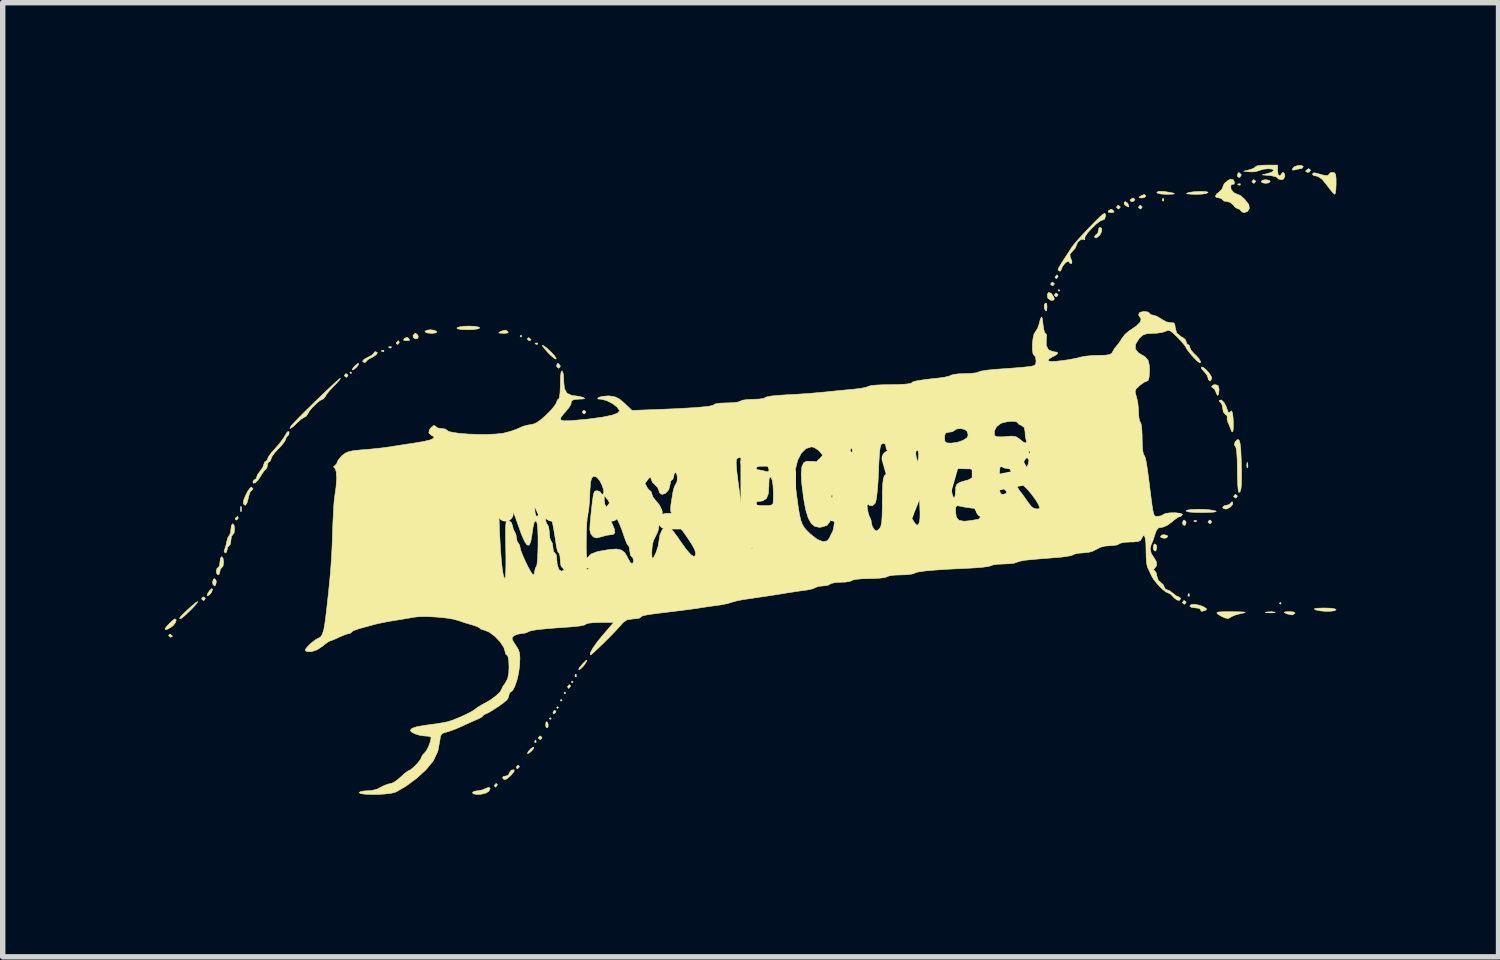
<source format=kicad_pcb>
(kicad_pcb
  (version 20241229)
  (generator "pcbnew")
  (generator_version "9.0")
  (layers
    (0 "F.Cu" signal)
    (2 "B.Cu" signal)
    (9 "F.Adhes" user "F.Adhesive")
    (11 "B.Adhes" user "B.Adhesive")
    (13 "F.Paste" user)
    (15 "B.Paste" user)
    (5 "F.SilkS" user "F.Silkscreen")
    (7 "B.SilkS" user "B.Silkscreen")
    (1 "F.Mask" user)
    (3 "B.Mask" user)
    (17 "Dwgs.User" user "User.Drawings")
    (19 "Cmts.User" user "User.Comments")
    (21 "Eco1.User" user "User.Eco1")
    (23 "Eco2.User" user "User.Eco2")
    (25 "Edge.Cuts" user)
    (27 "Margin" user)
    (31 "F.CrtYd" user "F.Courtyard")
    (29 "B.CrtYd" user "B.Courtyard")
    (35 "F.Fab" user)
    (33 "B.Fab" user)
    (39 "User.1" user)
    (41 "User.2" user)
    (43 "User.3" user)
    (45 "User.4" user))
  (footprint "max_power"
    (layer "F.Cu")
    (at 10.842 5.762)
    (property "Reference" "max_power" (at 0 0 0) (layer "F.SilkS") (effects (font (size 1.524 1.524) (thickness 0.3))))
    (attr through_hole)
    (fp_poly (pts (xy -7.383 -1.913) (xy -7.4 -1.897) (xy -7.417 -1.913) (xy -7.4 -1.93) (xy -7.383 -1.913)) (stroke (width 0.01) (type solid)) (fill yes) (layer "F.SilkS"))
    (fp_poly (pts (xy -4.233 -2.591) (xy -4.25 -2.574) (xy -4.267 -2.591) (xy -4.25 -2.608) (xy -4.233 -2.591)) (stroke (width 0.01) (type solid)) (fill yes) (layer "F.SilkS"))
    (fp_poly (pts (xy -3.691 4.487) (xy -3.708 4.504) (xy -3.725 4.487) (xy -3.708 4.47) (xy -3.691 4.487)) (stroke (width 0.01) (type solid)) (fill yes) (layer "F.SilkS"))
    (fp_poly (pts (xy -3.556 4.284) (xy -3.573 4.301) (xy -3.59 4.284) (xy -3.573 4.267) (xy -3.556 4.284)) (stroke (width 0.01) (type solid)) (fill yes) (layer "F.SilkS"))
    (fp_poly (pts (xy -3.488 4.149) (xy -3.505 4.166) (xy -3.522 4.149) (xy -3.505 4.132) (xy -3.488 4.149)) (stroke (width 0.01) (type solid)) (fill yes) (layer "F.SilkS"))
    (fp_poly (pts (xy -3.421 4.013) (xy -3.437 4.03) (xy -3.454 4.013) (xy -3.437 3.996) (xy -3.421 4.013)) (stroke (width 0.01) (type solid)) (fill yes) (layer "F.SilkS"))
    (fp_poly (pts (xy -3.285 3.81) (xy -3.302 3.827) (xy -3.319 3.81) (xy -3.302 3.793) (xy -3.285 3.81)) (stroke (width 0.01) (type solid)) (fill yes) (layer "F.SilkS"))
    (fp_poly (pts (xy 5.723 -3.437) (xy 5.707 -3.421) (xy 5.69 -3.437) (xy 5.707 -3.454) (xy 5.723 -3.437)) (stroke (width 0.01) (type solid)) (fill yes) (layer "F.SilkS"))
    (fp_poly (pts (xy 9.821 2.354) (xy 9.804 2.371) (xy 9.787 2.354) (xy 9.804 2.337) (xy 9.821 2.354)) (stroke (width 0.01) (type solid)) (fill yes) (layer "F.SilkS"))
    (fp_poly (pts (xy -9.426 0.567) (xy -9.422 0.637) (xy -9.426 0.652) (xy -9.439 0.656) (xy -9.443 0.61) (xy -9.438 0.562) (xy -9.426 0.567)) (stroke (width 0.01) (type solid)) (fill yes) (layer "F.SilkS"))
    (fp_poly (pts (xy -6.785 -2.326) (xy -6.789 -2.305) (xy -6.807 -2.303) (xy -6.835 -2.315) (xy -6.83 -2.326) (xy -6.79 -2.33) (xy -6.785 -2.326)) (stroke (width 0.01) (type solid)) (fill yes) (layer "F.SilkS"))
    (fp_poly (pts (xy -6.649 -2.393) (xy -6.654 -2.373) (xy -6.672 -2.371) (xy -6.7 -2.383) (xy -6.694 -2.393) (xy -6.654 -2.397) (xy -6.649 -2.393)) (stroke (width 0.01) (type solid)) (fill yes) (layer "F.SilkS"))
    (fp_poly (pts (xy -3.974 4.888) (xy -3.97 4.928) (xy -3.974 4.933) (xy -3.994 4.929) (xy -3.996 4.911) (xy -3.984 4.883) (xy -3.974 4.888)) (stroke (width 0.01) (type solid)) (fill yes) (layer "F.SilkS"))
    (fp_poly (pts (xy -3.94 -2.461) (xy -3.944 -2.441) (xy -3.962 -2.438) (xy -3.99 -2.451) (xy -3.985 -2.461) (xy -3.945 -2.465) (xy -3.94 -2.461)) (stroke (width 0.01) (type solid)) (fill yes) (layer "F.SilkS"))
    (fp_poly (pts (xy -3.229 3.669) (xy -3.225 3.709) (xy -3.229 3.714) (xy -3.249 3.709) (xy -3.251 3.691) (xy -3.239 3.664) (xy -3.229 3.669)) (stroke (width 0.01) (type solid)) (fill yes) (layer "F.SilkS"))
    (fp_poly (pts (xy 7.643 -5.136) (xy 7.647 -5.096) (xy 7.643 -5.091) (xy 7.622 -5.096) (xy 7.62 -5.114) (xy 7.632 -5.142) (xy 7.643 -5.136)) (stroke (width 0.01) (type solid)) (fill yes) (layer "F.SilkS"))
    (fp_poly (pts (xy 8.117 2.179) (xy 8.121 2.219) (xy 8.117 2.224) (xy 8.097 2.219) (xy 8.094 2.201) (xy 8.107 2.173) (xy 8.117 2.179)) (stroke (width 0.01) (type solid)) (fill yes) (layer "F.SilkS"))
    (fp_poly (pts (xy 8.252 0.824) (xy 8.248 0.844) (xy 8.23 0.847) (xy 8.202 0.834) (xy 8.207 0.824) (xy 8.247 0.82) (xy 8.252 0.824)) (stroke (width 0.01) (type solid)) (fill yes) (layer "F.SilkS"))
    (fp_poly (pts (xy 9.065 -5.407) (xy 9.06 -5.387) (xy 9.042 -5.385) (xy 9.015 -5.397) (xy 9.02 -5.407) (xy 9.06 -5.411) (xy 9.065 -5.407)) (stroke (width 0.01) (type solid)) (fill yes) (layer "F.SilkS"))
    (fp_poly (pts (xy 9.2 -0.246) (xy 9.205 -0.176) (xy 9.2 -0.161) (xy 9.188 -0.157) (xy 9.183 -0.203) (xy 9.189 -0.251) (xy 9.2 -0.246)) (stroke (width 0.01) (type solid)) (fill yes) (layer "F.SilkS"))
    (fp_poly (pts (xy -3.765 4.551) (xy -3.747 4.588) (xy -3.748 4.642) (xy -3.761 4.658) (xy -3.786 4.646) (xy -3.793 4.608) (xy -3.786 4.547) (xy -3.765 4.551)) (stroke (width 0.01) (type solid)) (fill yes) (layer "F.SilkS"))
    (fp_poly (pts (xy -10.736 2.929) (xy -10.703 2.96) (xy -10.702 2.965) (xy -10.728 2.98) (xy -10.736 2.98) (xy -10.768 2.954) (xy -10.77 2.944) (xy -10.749 2.924) (xy -10.736 2.929)) (stroke (width 0.01) (type solid)) (fill yes) (layer "F.SilkS"))
    (fp_poly (pts (xy -10.093 2.261) (xy -10.092 2.269) (xy -10.118 2.302) (xy -10.126 2.303) (xy -10.159 2.277) (xy -10.16 2.269) (xy -10.134 2.236) (xy -10.126 2.235) (xy -10.093 2.261)) (stroke (width 0.01) (type solid)) (fill yes) (layer "F.SilkS"))
    (fp_poly (pts (xy -9.895 1.925) (xy -9.889 1.964) (xy -9.903 2.019) (xy -9.923 2.032) (xy -9.95 2.004) (xy -9.957 1.964) (xy -9.943 1.909) (xy -9.923 1.897) (xy -9.895 1.925)) (stroke (width 0.01) (type solid)) (fill yes) (layer "F.SilkS"))
    (fp_poly (pts (xy -9.483 0.771) (xy -9.483 0.779) (xy -9.509 0.811) (xy -9.519 0.813) (xy -9.539 0.792) (xy -9.533 0.779) (xy -9.503 0.747) (xy -9.498 0.745) (xy -9.483 0.771)) (stroke (width 0.01) (type solid)) (fill yes) (layer "F.SilkS"))
    (fp_poly (pts (xy -7.452 -1.871) (xy -7.451 -1.863) (xy -7.476 -1.83) (xy -7.485 -1.829) (xy -7.517 -1.855) (xy -7.518 -1.863) (xy -7.493 -1.896) (xy -7.485 -1.897) (xy -7.452 -1.871)) (stroke (width 0.01) (type solid)) (fill yes) (layer "F.SilkS"))
    (fp_poly (pts (xy -7.263 -2.053) (xy -7.302 -2.007) (xy -7.349 -1.971) (xy -7.369 -1.964) (xy -7.368 -1.985) (xy -7.332 -2.032) (xy -7.282 -2.077) (xy -7.255 -2.085) (xy -7.263 -2.053)) (stroke (width 0.01) (type solid)) (fill yes) (layer "F.SilkS"))
    (fp_poly (pts (xy -6.503 -2.48) (xy -6.502 -2.472) (xy -6.528 -2.44) (xy -6.538 -2.438) (xy -6.558 -2.459) (xy -6.553 -2.472) (xy -6.523 -2.505) (xy -6.517 -2.506) (xy -6.503 -2.48)) (stroke (width 0.01) (type solid)) (fill yes) (layer "F.SilkS"))
    (fp_poly (pts (xy -6.326 -2.547) (xy -6.31 -2.516) (xy -6.351 -2.506) (xy -6.367 -2.506) (xy -6.421 -2.513) (xy -6.415 -2.538) (xy -6.408 -2.547) (xy -6.361 -2.57) (xy -6.326 -2.547)) (stroke (width 0.01) (type solid)) (fill yes) (layer "F.SilkS"))
    (fp_poly (pts (xy -6.164 -2.615) (xy -6.151 -2.591) (xy -6.158 -2.55) (xy -6.2 -2.54) (xy -6.242 -2.562) (xy -6.248 -2.604) (xy -6.215 -2.639) (xy -6.199 -2.642) (xy -6.164 -2.615)) (stroke (width 0.01) (type solid)) (fill yes) (layer "F.SilkS"))
    (fp_poly (pts (xy -4.685 5.71) (xy -4.691 5.723) (xy -4.721 5.756) (xy -4.726 5.757) (xy -4.741 5.731) (xy -4.741 5.723) (xy -4.715 5.691) (xy -4.705 5.69) (xy -4.685 5.71)) (stroke (width 0.01) (type solid)) (fill yes) (layer "F.SilkS"))
    (fp_poly (pts (xy -4.279 5.372) (xy -4.284 5.385) (xy -4.315 5.417) (xy -4.32 5.419) (xy -4.335 5.392) (xy -4.335 5.385) (xy -4.309 5.352) (xy -4.299 5.351) (xy -4.279 5.372)) (stroke (width 0.01) (type solid)) (fill yes) (layer "F.SilkS"))
    (fp_poly (pts (xy -4.098 -2.557) (xy -4.066 -2.527) (xy -4.064 -2.521) (xy -4.09 -2.507) (xy -4.098 -2.506) (xy -4.13 -2.532) (xy -4.132 -2.542) (xy -4.111 -2.562) (xy -4.098 -2.557)) (stroke (width 0.01) (type solid)) (fill yes) (layer "F.SilkS"))
    (fp_poly (pts (xy -4.011 5.02) (xy -4.022 5.051) (xy -4.064 5.097) (xy -4.113 5.133) (xy -4.132 5.134) (xy -4.112 5.093) (xy -4.068 5.047) (xy -4.025 5.019) (xy -4.011 5.02)) (stroke (width 0.01) (type solid)) (fill yes) (layer "F.SilkS"))
    (fp_poly (pts (xy -3.862 4.835) (xy -3.861 4.843) (xy -3.887 4.876) (xy -3.895 4.877) (xy -3.928 4.851) (xy -3.929 4.843) (xy -3.903 4.81) (xy -3.895 4.809) (xy -3.862 4.835)) (stroke (width 0.01) (type solid)) (fill yes) (layer "F.SilkS"))
    (fp_poly (pts (xy -3.602 4.356) (xy -3.607 4.369) (xy -3.637 4.401) (xy -3.643 4.403) (xy -3.657 4.376) (xy -3.658 4.369) (xy -3.632 4.336) (xy -3.622 4.335) (xy -3.602 4.356)) (stroke (width 0.01) (type solid)) (fill yes) (layer "F.SilkS"))
    (fp_poly (pts (xy -3.556 -2.083) (xy -3.523 -2.04) (xy -3.522 -2.03) (xy -3.548 -1.999) (xy -3.556 -1.998) (xy -3.586 -2.026) (xy -3.59 -2.051) (xy -3.573 -2.086) (xy -3.556 -2.083)) (stroke (width 0.01) (type solid)) (fill yes) (layer "F.SilkS"))
    (fp_poly (pts (xy -3.331 3.882) (xy -3.336 3.895) (xy -3.366 3.927) (xy -3.372 3.929) (xy -3.386 3.902) (xy -3.387 3.895) (xy -3.361 3.862) (xy -3.351 3.861) (xy -3.331 3.882)) (stroke (width 0.01) (type solid)) (fill yes) (layer "F.SilkS"))
    (fp_poly (pts (xy -3.049 -1.193) (xy -3.048 -1.185) (xy -3.074 -1.152) (xy -3.082 -1.151) (xy -3.115 -1.177) (xy -3.116 -1.185) (xy -3.09 -1.218) (xy -3.082 -1.219) (xy -3.049 -1.193)) (stroke (width 0.01) (type solid)) (fill yes) (layer "F.SilkS"))
    (fp_poly (pts (xy 5.486 -3.142) (xy 5.486 -3.139) (xy 5.48 -3.064) (xy 5.463 -3.055) (xy 5.438 -3.104) (xy 5.437 -3.17) (xy 5.451 -3.196) (xy 5.478 -3.201) (xy 5.486 -3.142)) (stroke (width 0.01) (type solid)) (fill yes) (layer "F.SilkS"))
    (fp_poly (pts (xy 5.621 -3.564) (xy 5.622 -3.556) (xy 5.596 -3.523) (xy 5.588 -3.522) (xy 5.555 -3.548) (xy 5.554 -3.556) (xy 5.58 -3.589) (xy 5.588 -3.59) (xy 5.621 -3.564)) (stroke (width 0.01) (type solid)) (fill yes) (layer "F.SilkS"))
    (fp_poly (pts (xy 5.689 -3.361) (xy 5.69 -3.353) (xy 5.664 -3.32) (xy 5.656 -3.319) (xy 5.623 -3.345) (xy 5.622 -3.353) (xy 5.648 -3.386) (xy 5.656 -3.387) (xy 5.689 -3.361)) (stroke (width 0.01) (type solid)) (fill yes) (layer "F.SilkS"))
    (fp_poly (pts (xy 5.689 -3.699) (xy 5.69 -3.691) (xy 5.664 -3.659) (xy 5.654 -3.658) (xy 5.634 -3.678) (xy 5.639 -3.691) (xy 5.669 -3.724) (xy 5.675 -3.725) (xy 5.689 -3.699)) (stroke (width 0.01) (type solid)) (fill yes) (layer "F.SilkS"))
    (fp_poly (pts (xy 6.712 -4.917) (xy 6.729 -4.887) (xy 6.688 -4.877) (xy 6.672 -4.877) (xy 6.618 -4.884) (xy 6.623 -4.909) (xy 6.631 -4.917) (xy 6.677 -4.941) (xy 6.712 -4.917)) (stroke (width 0.01) (type solid)) (fill yes) (layer "F.SilkS"))
    (fp_poly (pts (xy 6.84 -4.986) (xy 6.841 -4.978) (xy 6.815 -4.946) (xy 6.807 -4.945) (xy 6.774 -4.97) (xy 6.773 -4.978) (xy 6.799 -5.011) (xy 6.807 -5.012) (xy 6.84 -4.986)) (stroke (width 0.01) (type solid)) (fill yes) (layer "F.SilkS"))
    (fp_poly (pts (xy 7.111 -5.122) (xy 7.112 -5.114) (xy 7.084 -5.084) (xy 7.059 -5.08) (xy 7.024 -5.096) (xy 7.027 -5.114) (xy 7.071 -5.146) (xy 7.08 -5.148) (xy 7.111 -5.122)) (stroke (width 0.01) (type solid)) (fill yes) (layer "F.SilkS"))
    (fp_poly (pts (xy 7.246 -4.986) (xy 7.247 -4.978) (xy 7.222 -4.946) (xy 7.214 -4.945) (xy 7.181 -4.97) (xy 7.18 -4.978) (xy 7.206 -5.011) (xy 7.214 -5.012) (xy 7.246 -4.986)) (stroke (width 0.01) (type solid)) (fill yes) (layer "F.SilkS"))
    (fp_poly (pts (xy 7.314 -5.193) (xy 7.315 -5.182) (xy 7.287 -5.155) (xy 7.239 -5.148) (xy 7.19 -5.154) (xy 7.202 -5.174) (xy 7.214 -5.182) (xy 7.284 -5.213) (xy 7.314 -5.193)) (stroke (width 0.01) (type solid)) (fill yes) (layer "F.SilkS"))
    (fp_poly (pts (xy 7.512 1.281) (xy 7.518 1.321) (xy 7.504 1.376) (xy 7.485 1.389) (xy 7.457 1.36) (xy 7.451 1.321) (xy 7.465 1.266) (xy 7.485 1.253) (xy 7.512 1.281)) (stroke (width 0.01) (type solid)) (fill yes) (layer "F.SilkS"))
    (fp_poly (pts (xy 7.709 1.098) (xy 7.722 1.118) (xy 7.693 1.145) (xy 7.654 1.151) (xy 7.599 1.137) (xy 7.586 1.118) (xy 7.614 1.09) (xy 7.654 1.084) (xy 7.709 1.098)) (stroke (width 0.01) (type solid)) (fill yes) (layer "F.SilkS"))
    (fp_poly (pts (xy 8.056 0.84) (xy 8.06 0.864) (xy 8.042 0.909) (xy 8.026 0.914) (xy 7.996 0.887) (xy 7.993 0.864) (xy 8.011 0.819) (xy 8.026 0.813) (xy 8.056 0.84)) (stroke (width 0.01) (type solid)) (fill yes) (layer "F.SilkS"))
    (fp_poly (pts (xy 8.059 2.329) (xy 8.06 2.337) (xy 8.034 2.37) (xy 8.026 2.371) (xy 7.994 2.345) (xy 7.993 2.337) (xy 8.018 2.304) (xy 8.026 2.303) (xy 8.059 2.329)) (stroke (width 0.01) (type solid)) (fill yes) (layer "F.SilkS"))
    (fp_poly (pts (xy 8.533 0.839) (xy 8.534 0.847) (xy 8.509 0.88) (xy 8.501 0.881) (xy 8.468 0.855) (xy 8.467 0.847) (xy 8.492 0.814) (xy 8.501 0.813) (xy 8.533 0.839)) (stroke (width 0.01) (type solid)) (fill yes) (layer "F.SilkS"))
    (fp_poly (pts (xy 9.008 0.364) (xy 9.009 0.373) (xy 8.983 0.405) (xy 8.975 0.406) (xy 8.942 0.381) (xy 8.941 0.373) (xy 8.967 0.34) (xy 8.975 0.339) (xy 9.008 0.364)) (stroke (width 0.01) (type solid)) (fill yes) (layer "F.SilkS"))
    (fp_poly (pts (xy 9.08 -5.58) (xy 9.081 -5.571) (xy 9.055 -5.531) (xy 9.045 -5.527) (xy 9.014 -5.543) (xy 9.009 -5.571) (xy 9.026 -5.613) (xy 9.045 -5.615) (xy 9.08 -5.58)) (stroke (width 0.01) (type solid)) (fill yes) (layer "F.SilkS"))
    (fp_poly (pts (xy 9.346 -5.461) (xy 9.347 -5.453) (xy 9.321 -5.42) (xy 9.313 -5.419) (xy 9.28 -5.444) (xy 9.279 -5.453) (xy 9.305 -5.485) (xy 9.313 -5.486) (xy 9.346 -5.461)) (stroke (width 0.01) (type solid)) (fill yes) (layer "F.SilkS"))
    (fp_poly (pts (xy 9.597 -5.475) (xy 9.618 -5.453) (xy 9.589 -5.427) (xy 9.533 -5.419) (xy 9.47 -5.43) (xy 9.449 -5.453) (xy 9.478 -5.478) (xy 9.533 -5.486) (xy 9.597 -5.475)) (stroke (width 0.01) (type solid)) (fill yes) (layer "F.SilkS"))
    (fp_poly (pts (xy 9.694 2.516) (xy 9.71 2.524) (xy 9.668 2.53) (xy 9.618 2.531) (xy 9.545 2.528) (xy 9.525 2.521) (xy 9.542 2.516) (xy 9.641 2.51) (xy 9.694 2.516)) (stroke (width 0.01) (type solid)) (fill yes) (layer "F.SilkS"))
    (fp_poly (pts (xy 10.362 -5.664) (xy 10.363 -5.656) (xy 10.336 -5.626) (xy 10.31 -5.622) (xy 10.275 -5.638) (xy 10.279 -5.656) (xy 10.322 -5.688) (xy 10.331 -5.69) (xy 10.362 -5.664)) (stroke (width 0.01) (type solid)) (fill yes) (layer "F.SilkS"))
    (fp_poly (pts (xy -9.958 2.09) (xy -9.958 2.094) (xy -9.979 2.153) (xy -10.008 2.189) (xy -10.047 2.218) (xy -10.058 2.21) (xy -10.044 2.165) (xy -10.011 2.117) (xy -9.977 2.085) (xy -9.958 2.09)) (stroke (width 0.01) (type solid)) (fill yes) (layer "F.SilkS"))
    (fp_poly (pts (xy -4.496 -2.681) (xy -4.485 -2.655) (xy -4.528 -2.644) (xy -4.574 -2.644) (xy -4.648 -2.647) (xy -4.661 -2.657) (xy -4.619 -2.681) (xy -4.613 -2.683) (xy -4.54 -2.703) (xy -4.496 -2.681)) (stroke (width 0.01) (type solid)) (fill yes) (layer "F.SilkS"))
    (fp_poly (pts (xy 6.976 -5.053) (xy 6.989 -5.029) (xy 7.002 -4.987) (xy 7.001 -4.981) (xy 6.968 -4.994) (xy 6.951 -5.001) (xy 6.914 -5.034) (xy 6.915 -5.07) (xy 6.939 -5.08) (xy 6.976 -5.053)) (stroke (width 0.01) (type solid)) (fill yes) (layer "F.SilkS"))
    (fp_poly (pts (xy 10.049 2.514) (xy 10.077 2.534) (xy 10.075 2.54) (xy 10.026 2.57) (xy 9.937 2.552) (xy 9.906 2.54) (xy 9.875 2.521) (xy 9.899 2.512) (xy 9.967 2.509) (xy 10.049 2.514)) (stroke (width 0.01) (type solid)) (fill yes) (layer "F.SilkS"))
    (fp_poly (pts (xy -5.85 -2.699) (xy -5.808 -2.675) (xy -5.822 -2.652) (xy -5.891 -2.642) (xy -5.908 -2.642) (xy -5.987 -2.65) (xy -6.027 -2.671) (xy -6.028 -2.675) (xy -5.999 -2.699) (xy -5.929 -2.709) (xy -5.85 -2.699)) (stroke (width 0.01) (type solid)) (fill yes) (layer "F.SilkS"))
    (fp_poly (pts (xy -3.043 3.44) (xy -3.082 3.5) (xy -3.129 3.552) (xy -3.169 3.582) (xy -3.183 3.576) (xy -3.162 3.539) (xy -3.109 3.476) (xy -3.095 3.461) (xy -3.043 3.41) (xy -3.029 3.409) (xy -3.043 3.44)) (stroke (width 0.01) (type solid)) (fill yes) (layer "F.SilkS"))
    (fp_poly (pts (xy 5.562 -3.384) (xy 5.576 -3.368) (xy 5.613 -3.308) (xy 5.622 -3.279) (xy 5.599 -3.252) (xy 5.55 -3.257) (xy 5.506 -3.288) (xy 5.499 -3.3) (xy 5.492 -3.367) (xy 5.518 -3.4) (xy 5.562 -3.384)) (stroke (width 0.01) (type solid)) (fill yes) (layer "F.SilkS"))
    (fp_poly (pts (xy 7.643 -5.269) (xy 7.679 -5.264) (xy 7.796 -5.245) (xy 7.845 -5.23) (xy 7.827 -5.22) (xy 7.741 -5.216) (xy 7.693 -5.215) (xy 7.59 -5.222) (xy 7.529 -5.239) (xy 7.518 -5.251) (xy 7.55 -5.271) (xy 7.643 -5.269)) (stroke (width 0.01) (type solid)) (fill yes) (layer "F.SilkS"))
    (fp_poly (pts (xy 10.227 -5.732) (xy 10.228 -5.726) (xy 10.201 -5.693) (xy 10.18 -5.69) (xy 10.107 -5.678) (xy 10.073 -5.667) (xy 10.031 -5.663) (xy 10.031 -5.693) (xy 10.067 -5.728) (xy 10.13 -5.749) (xy 10.193 -5.752) (xy 10.227 -5.732)) (stroke (width 0.01) (type solid)) (fill yes) (layer "F.SilkS"))
    (fp_poly (pts (xy -10.63 2.663) (xy -10.645 2.711) (xy -10.688 2.766) (xy -10.718 2.79) (xy -10.797 2.836) (xy -10.833 2.84) (xy -10.837 2.826) (xy -10.815 2.791) (xy -10.764 2.735) (xy -10.705 2.678) (xy -10.66 2.644) (xy -10.653 2.642) (xy -10.63 2.663)) (stroke (width 0.01) (type solid)) (fill yes) (layer "F.SilkS"))
    (fp_poly (pts (xy -5.106 -2.772) (xy -5.033 -2.758) (xy -5.012 -2.743) (xy -5.043 -2.726) (xy -5.126 -2.713) (xy -5.234 -2.709) (xy -5.358 -2.714) (xy -5.426 -2.727) (xy -5.436 -2.743) (xy -5.393 -2.761) (xy -5.304 -2.774) (xy -5.213 -2.777) (xy -5.106 -2.772)) (stroke (width 0.01) (type solid)) (fill yes) (layer "F.SilkS"))
    (fp_poly (pts (xy 8.451 -5.261) (xy 8.467 -5.25) (xy 8.435 -5.231) (xy 8.352 -5.219) (xy 8.258 -5.215) (xy 8.152 -5.218) (xy 8.083 -5.224) (xy 8.066 -5.232) (xy 8.111 -5.249) (xy 8.195 -5.262) (xy 8.294 -5.268) (xy 8.387 -5.268) (xy 8.451 -5.261)) (stroke (width 0.01) (type solid)) (fill yes) (layer "F.SilkS"))
    (fp_poly (pts (xy 8.923 0.481) (xy 8.925 0.519) (xy 8.886 0.566) (xy 8.828 0.602) (xy 8.791 0.61) (xy 8.744 0.592) (xy 8.738 0.576) (xy 8.766 0.548) (xy 8.803 0.542) (xy 8.864 0.523) (xy 8.883 0.5) (xy 8.911 0.475) (xy 8.923 0.481)) (stroke (width 0.01) (type solid)) (fill yes) (layer "F.SilkS"))
    (fp_poly (pts (xy -4.819 5.779) (xy -4.843 5.829) (xy -4.853 5.84) (xy -4.911 5.871) (xy -4.993 5.889) (xy -5.076 5.892) (xy -5.134 5.878) (xy -5.148 5.859) (xy -5.119 5.834) (xy -5.063 5.825) (xy -4.968 5.809) (xy -4.912 5.784) (xy -4.847 5.76) (xy -4.819 5.779)) (stroke (width 0.01) (type solid)) (fill yes) (layer "F.SilkS"))
    (fp_poly (pts (xy -4.378 5.468) (xy -4.427 5.528) (xy -4.447 5.548) (xy -4.517 5.606) (xy -4.559 5.618) (xy -4.589 5.588) (xy -4.579 5.561) (xy -4.54 5.554) (xy -4.484 5.535) (xy -4.47 5.507) (xy -4.443 5.455) (xy -4.42 5.44) (xy -4.375 5.435) (xy -4.378 5.468)) (stroke (width 0.01) (type solid)) (fill yes) (layer "F.SilkS"))
    (fp_poly (pts (xy -3.825 -2.41) (xy -3.766 -2.364) (xy -3.698 -2.301) (xy -3.637 -2.237) (xy -3.628 -2.226) (xy -3.596 -2.177) (xy -3.605 -2.166) (xy -3.645 -2.189) (xy -3.705 -2.241) (xy -3.753 -2.289) (xy -3.816 -2.362) (xy -3.851 -2.411) (xy -3.854 -2.422) (xy -3.825 -2.41)) (stroke (width 0.01) (type solid)) (fill yes) (layer "F.SilkS"))
    (fp_poly (pts (xy 6.499 -4.581) (xy 6.496 -4.525) (xy 6.464 -4.462) (xy 6.454 -4.451) (xy 6.396 -4.407) (xy 6.369 -4.42) (xy 6.367 -4.437) (xy 6.393 -4.469) (xy 6.401 -4.47) (xy 6.428 -4.499) (xy 6.435 -4.538) (xy 6.449 -4.593) (xy 6.469 -4.606) (xy 6.499 -4.581)) (stroke (width 0.01) (type solid)) (fill yes) (layer "F.SilkS"))
    (fp_poly (pts (xy 8.376 -2.013) (xy 8.43 -1.969) (xy 8.486 -1.907) (xy 8.526 -1.845) (xy 8.534 -1.813) (xy 8.517 -1.767) (xy 8.501 -1.761) (xy 8.471 -1.789) (xy 8.467 -1.816) (xy 8.443 -1.878) (xy 8.394 -1.935) (xy 8.347 -1.987) (xy 8.341 -2.019) (xy 8.376 -2.013)) (stroke (width 0.01) (type solid)) (fill yes) (layer "F.SilkS"))
    (fp_poly (pts (xy 8.652 -1.677) (xy 8.669 -1.618) (xy 8.67 -1.592) (xy 8.662 -1.513) (xy 8.643 -1.493) (xy 8.618 -1.537) (xy 8.612 -1.558) (xy 8.585 -1.613) (xy 8.564 -1.626) (xy 8.535 -1.651) (xy 8.534 -1.659) (xy 8.563 -1.687) (xy 8.602 -1.693) (xy 8.652 -1.677)) (stroke (width 0.01) (type solid)) (fill yes) (layer "F.SilkS"))
    (fp_poly (pts (xy 10.729 2.444) (xy 10.81 2.456) (xy 10.837 2.472) (xy 10.807 2.492) (xy 10.732 2.501) (xy 10.634 2.502) (xy 10.534 2.493) (xy 10.456 2.475) (xy 10.448 2.472) (xy 10.433 2.456) (xy 10.479 2.446) (xy 10.59 2.441) (xy 10.609 2.441) (xy 10.729 2.444)) (stroke (width 0.01) (type solid)) (fill yes) (layer "F.SilkS"))
    (fp_poly (pts (xy -10.232 2.321) (xy -10.247 2.35) (xy -10.3 2.412) (xy -10.374 2.488) (xy -10.474 2.583) (xy -10.534 2.632) (xy -10.563 2.639) (xy -10.566 2.627) (xy -10.544 2.595) (xy -10.487 2.537) (xy -10.412 2.466) (xy -10.334 2.397) (xy -10.27 2.344) (xy -10.234 2.321) (xy -10.232 2.321)) (stroke (width 0.01) (type solid)) (fill yes) (layer "F.SilkS"))
    (fp_poly (pts (xy 8.399 0.616) (xy 8.511 0.626) (xy 8.596 0.642) (xy 8.602 0.643) (xy 8.618 0.657) (xy 8.566 0.667) (xy 8.446 0.673) (xy 8.374 0.674) (xy 8.223 0.672) (xy 8.116 0.664) (xy 8.064 0.649) (xy 8.06 0.643) (xy 8.091 0.627) (xy 8.17 0.617) (xy 8.279 0.614) (xy 8.399 0.616)) (stroke (width 0.01) (type solid)) (fill yes) (layer "F.SilkS"))
    (fp_poly (pts (xy -9.213 0.229) (xy -9.212 0.237) (xy -9.235 0.27) (xy -9.243 0.271) (xy -9.267 0.301) (xy -9.29 0.376) (xy -9.296 0.406) (xy -9.321 0.5) (xy -9.351 0.541) (xy -9.38 0.522) (xy -9.389 0.5) (xy -9.383 0.448) (xy -9.352 0.369) (xy -9.31 0.285) (xy -9.266 0.223) (xy -9.239 0.203) (xy -9.213 0.229)) (stroke (width 0.01) (type solid)) (fill yes) (layer "F.SilkS"))
    (fp_poly (pts (xy 8.314 2.391) (xy 8.38 2.417) (xy 8.436 2.452) (xy 8.435 2.475) (xy 8.414 2.485) (xy 8.353 2.504) (xy 8.333 2.492) (xy 8.331 2.472) (xy 8.302 2.448) (xy 8.231 2.438) (xy 8.23 2.438) (xy 8.158 2.429) (xy 8.128 2.405) (xy 8.128 2.405) (xy 8.156 2.377) (xy 8.225 2.373) (xy 8.314 2.391)) (stroke (width 0.01) (type solid)) (fill yes) (layer "F.SilkS"))
    (fp_poly (pts (xy 8.91 2.51) (xy 9.052 2.512) (xy 9.132 2.516) (xy 9.156 2.522) (xy 9.13 2.532) (xy 9.079 2.543) (xy 8.98 2.568) (xy 8.908 2.597) (xy 8.894 2.607) (xy 8.842 2.636) (xy 8.771 2.622) (xy 8.712 2.593) (xy 8.648 2.555) (xy 8.628 2.53) (xy 8.655 2.516) (xy 8.737 2.51) (xy 8.88 2.51) (xy 8.91 2.51)) (stroke (width 0.01) (type solid)) (fill yes) (layer "F.SilkS"))
    (fp_poly (pts (xy -6.908 -2.288) (xy -6.923 -2.253) (xy -6.981 -2.211) (xy -7.01 -2.196) (xy -7.08 -2.158) (xy -7.112 -2.127) (xy -7.112 -2.125) (xy -7.138 -2.1) (xy -7.146 -2.1) (xy -7.179 -2.122) (xy -7.18 -2.129) (xy -7.152 -2.162) (xy -7.084 -2.199) (xy -7.078 -2.201) (xy -7.008 -2.238) (xy -6.977 -2.271) (xy -6.977 -2.273) (xy -6.951 -2.302) (xy -6.943 -2.303) (xy -6.908 -2.288)) (stroke (width 0.01) (type solid)) (fill yes) (layer "F.SilkS"))
    (fp_poly (pts (xy -9.764 1.52) (xy -9.754 1.59) (xy -9.754 1.592) (xy -9.763 1.663) (xy -9.787 1.693) (xy -9.787 1.693) (xy -9.815 1.722) (xy -9.821 1.761) (xy -9.836 1.816) (xy -9.855 1.829) (xy -9.883 1.8) (xy -9.889 1.761) (xy -9.875 1.706) (xy -9.855 1.693) (xy -9.831 1.664) (xy -9.821 1.593) (xy -9.821 1.592) (xy -9.812 1.52) (xy -9.788 1.49) (xy -9.787 1.49) (xy -9.764 1.52)) (stroke (width 0.01) (type solid)) (fill yes) (layer "F.SilkS"))
    (fp_poly (pts (xy 10.807 -5.614) (xy 10.828 -5.582) (xy 10.836 -5.509) (xy 10.837 -5.419) (xy 10.833 -5.312) (xy 10.823 -5.238) (xy 10.812 -5.216) (xy 10.78 -5.242) (xy 10.724 -5.308) (xy 10.668 -5.384) (xy 10.575 -5.497) (xy 10.497 -5.548) (xy 10.473 -5.553) (xy 10.414 -5.568) (xy 10.397 -5.592) (xy 10.424 -5.614) (xy 10.473 -5.606) (xy 10.599 -5.571) (xy 10.672 -5.561) (xy 10.7 -5.575) (xy 10.702 -5.584) (xy 10.73 -5.615) (xy 10.77 -5.622) (xy 10.807 -5.614)) (stroke (width 0.01) (type solid)) (fill yes) (layer "F.SilkS"))
    (fp_poly (pts (xy 9.046 -0.658) (xy 9.061 -0.594) (xy 9.073 -0.479) (xy 9.081 -0.305) (xy 9.082 -0.279) (xy 9.087 -0.053) (xy 9.086 0.113) (xy 9.078 0.223) (xy 9.062 0.285) (xy 9.039 0.305) (xy 9.039 0.305) (xy 9.027 0.273) (xy 9.018 0.187) (xy 9.011 0.058) (xy 9.009 -0.1) (xy 9.009 -0.116) (xy 9.006 -0.308) (xy 8.997 -0.448) (xy 8.984 -0.529) (xy 8.973 -0.548) (xy 8.952 -0.581) (xy 8.967 -0.633) (xy 9.004 -0.672) (xy 9.025 -0.677) (xy 9.046 -0.658)) (stroke (width 0.01) (type solid)) (fill yes) (layer "F.SilkS"))
    (fp_poly (pts (xy -9.56 0.91) (xy -9.55 0.981) (xy -9.55 0.982) (xy -9.56 1.053) (xy -9.584 1.084) (xy -9.584 1.084) (xy -9.608 1.113) (xy -9.618 1.184) (xy -9.618 1.185) (xy -9.628 1.257) (xy -9.652 1.287) (xy -9.652 1.287) (xy -9.68 1.315) (xy -9.686 1.355) (xy -9.702 1.41) (xy -9.723 1.422) (xy -9.744 1.398) (xy -9.736 1.363) (xy -9.71 1.284) (xy -9.694 1.21) (xy -9.673 1.135) (xy -9.648 1.098) (xy -9.627 1.054) (xy -9.618 0.98) (xy -9.608 0.91) (xy -9.584 0.881) (xy -9.56 0.91)) (stroke (width 0.01) (type solid)) (fill yes) (layer "F.SilkS"))
    (fp_poly (pts (xy 8.763 -1.362) (xy 8.804 -1.283) (xy 8.819 -1.238) (xy 8.843 -1.175) (xy 8.867 -1.176) (xy 8.871 -1.182) (xy 8.899 -1.208) (xy 8.918 -1.176) (xy 8.93 -1.083) (xy 8.935 -0.991) (xy 8.934 -0.876) (xy 8.924 -0.82) (xy 8.905 -0.824) (xy 8.886 -0.872) (xy 8.854 -0.954) (xy 8.836 -0.992) (xy 8.818 -1.056) (xy 8.823 -1.085) (xy 8.815 -1.123) (xy 8.791 -1.138) (xy 8.75 -1.186) (xy 8.738 -1.254) (xy 8.724 -1.328) (xy 8.695 -1.364) (xy 8.671 -1.392) (xy 8.677 -1.405) (xy 8.716 -1.408) (xy 8.763 -1.362)) (stroke (width 0.01) (type solid)) (fill yes) (layer "F.SilkS"))
    (fp_poly (pts (xy -7.606 -1.783) (xy -7.658 -1.723) (xy -7.711 -1.669) (xy -7.79 -1.586) (xy -7.849 -1.513) (xy -7.866 -1.482) (xy -7.902 -1.432) (xy -7.925 -1.422) (xy -7.971 -1.399) (xy -8.04 -1.341) (xy -8.113 -1.268) (xy -8.171 -1.199) (xy -8.196 -1.152) (xy -8.196 -1.152) (xy -8.223 -1.111) (xy -8.255 -1.093) (xy -8.317 -1.055) (xy -8.392 -0.988) (xy -8.404 -0.976) (xy -8.468 -0.915) (xy -8.513 -0.884) (xy -8.528 -0.887) (xy -8.504 -0.928) (xy -8.496 -0.938) (xy -8.446 -0.993) (xy -8.363 -1.079) (xy -8.255 -1.187) (xy -8.132 -1.308) (xy -8.003 -1.433) (xy -7.878 -1.554) (xy -7.765 -1.66) (xy -7.673 -1.745) (xy -7.612 -1.798) (xy -7.592 -1.812) (xy -7.606 -1.783)) (stroke (width 0.01) (type solid)) (fill yes) (layer "F.SilkS"))
    (fp_poly (pts (xy 8.931 -5.489) (xy 8.951 -5.45) (xy 8.953 -5.406) (xy 8.937 -5.404) (xy 8.901 -5.395) (xy 8.886 -5.371) (xy 8.893 -5.307) (xy 8.941 -5.247) (xy 9.008 -5.216) (xy 9.017 -5.215) (xy 9.072 -5.19) (xy 9.143 -5.125) (xy 9.212 -5.039) (xy 9.222 -5.022) (xy 9.232 -4.954) (xy 9.194 -4.896) (xy 9.14 -4.877) (xy 9.087 -4.892) (xy 9.076 -4.911) (xy 9.049 -4.941) (xy 9.027 -4.945) (xy 8.973 -4.971) (xy 8.941 -5.012) (xy 8.877 -5.068) (xy 8.821 -5.08) (xy 8.758 -5.092) (xy 8.738 -5.114) (xy 8.709 -5.141) (xy 8.67 -5.148) (xy 8.615 -5.162) (xy 8.602 -5.181) (xy 8.628 -5.224) (xy 8.67 -5.257) (xy 8.723 -5.308) (xy 8.738 -5.345) (xy 8.767 -5.415) (xy 8.842 -5.477) (xy 8.878 -5.494) (xy 8.931 -5.489)) (stroke (width 0.01) (type solid)) (fill yes) (layer "F.SilkS"))
    (fp_poly (pts (xy 9.754 -5.656) (xy 9.763 -5.584) (xy 9.787 -5.554) (xy 9.787 -5.554) (xy 9.82 -5.58) (xy 9.821 -5.588) (xy 9.847 -5.621) (xy 9.855 -5.622) (xy 9.883 -5.594) (xy 9.889 -5.554) (xy 9.865 -5.498) (xy 9.821 -5.486) (xy 9.766 -5.5) (xy 9.754 -5.518) (xy 9.723 -5.54) (xy 9.648 -5.558) (xy 9.61 -5.563) (xy 9.466 -5.575) (xy 9.576 -5.603) (xy 9.65 -5.629) (xy 9.685 -5.657) (xy 9.686 -5.66) (xy 9.657 -5.682) (xy 9.587 -5.689) (xy 9.501 -5.681) (xy 9.423 -5.66) (xy 9.411 -5.654) (xy 9.33 -5.632) (xy 9.236 -5.631) (xy 9.127 -5.644) (xy 9.237 -5.671) (xy 9.312 -5.697) (xy 9.347 -5.725) (xy 9.347 -5.728) (xy 9.378 -5.743) (xy 9.458 -5.754) (xy 9.55 -5.757) (xy 9.754 -5.757) (xy 9.754 -5.656)) (stroke (width 0.01) (type solid)) (fill yes) (layer "F.SilkS"))
    (fp_poly (pts (xy -8.541 -0.814) (xy -8.547 -0.764) (xy -8.563 -0.752) (xy -8.598 -0.712) (xy -8.602 -0.689) (xy -8.625 -0.639) (xy -8.684 -0.563) (xy -8.738 -0.508) (xy -8.813 -0.427) (xy -8.862 -0.356) (xy -8.873 -0.324) (xy -8.891 -0.278) (xy -8.907 -0.271) (xy -8.935 -0.243) (xy -8.941 -0.206) (xy -8.954 -0.147) (xy -8.971 -0.13) (xy -9.006 -0.095) (xy -9.054 -0.024) (xy -9.066 -0.002) (xy -9.12 0.079) (xy -9.17 0.126) (xy -9.204 0.13) (xy -9.212 0.104) (xy -9.188 0.069) (xy -9.178 0.068) (xy -9.147 0.041) (xy -9.144 0.023) (xy -9.123 -0.032) (xy -9.076 -0.094) (xy -9.027 -0.164) (xy -9.009 -0.219) (xy -8.991 -0.265) (xy -8.975 -0.271) (xy -8.944 -0.298) (xy -8.941 -0.318) (xy -8.919 -0.366) (xy -8.861 -0.442) (xy -8.807 -0.502) (xy -8.719 -0.602) (xy -8.644 -0.704) (xy -8.615 -0.752) (xy -8.572 -0.82) (xy -8.545 -0.823) (xy -8.541 -0.814)) (stroke (width 0.01) (type solid)) (fill yes) (layer "F.SilkS"))
    (fp_poly (pts (xy 6.569 -4.839) (xy 6.57 -4.813) (xy 6.55 -4.754) (xy 6.518 -4.741) (xy 6.466 -4.719) (xy 6.392 -4.662) (xy 6.313 -4.586) (xy 6.241 -4.506) (xy 6.194 -4.438) (xy 6.184 -4.397) (xy 6.188 -4.374) (xy 6.169 -4.383) (xy 6.118 -4.381) (xy 6.063 -4.34) (xy 6.03 -4.281) (xy 6.028 -4.265) (xy 6.005 -4.214) (xy 5.958 -4.163) (xy 5.911 -4.108) (xy 5.915 -4.053) (xy 5.927 -4.03) (xy 5.948 -3.966) (xy 5.942 -3.934) (xy 5.911 -3.938) (xy 5.902 -3.956) (xy 5.878 -3.979) (xy 5.831 -3.951) (xy 5.822 -3.942) (xy 5.772 -3.881) (xy 5.757 -3.839) (xy 5.737 -3.797) (xy 5.723 -3.793) (xy 5.691 -3.814) (xy 5.69 -3.82) (xy 5.707 -3.861) (xy 5.752 -3.939) (xy 5.8 -4.012) (xy 5.867 -4.114) (xy 5.923 -4.201) (xy 5.947 -4.239) (xy 5.987 -4.291) (xy 6.061 -4.377) (xy 6.158 -4.483) (xy 6.265 -4.596) (xy 6.368 -4.702) (xy 6.454 -4.788) (xy 6.511 -4.839) (xy 6.556 -4.866) (xy 6.569 -4.839)) (stroke (width 0.01) (type solid)) (fill yes) (layer "F.SilkS"))
    (fp_poly (pts (xy 7.353 -3.038) (xy 7.383 -3.015) (xy 7.383 -3.014) (xy 7.411 -2.986) (xy 7.446 -2.98) (xy 7.515 -2.96) (xy 7.597 -2.911) (xy 7.605 -2.905) (xy 7.691 -2.856) (xy 7.773 -2.839) (xy 7.779 -2.839) (xy 7.837 -2.835) (xy 7.856 -2.788) (xy 7.857 -2.76) (xy 7.885 -2.651) (xy 7.971 -2.578) (xy 8.001 -2.565) (xy 8.051 -2.521) (xy 8.06 -2.49) (xy 8.078 -2.445) (xy 8.094 -2.438) (xy 8.124 -2.411) (xy 8.128 -2.385) (xy 8.152 -2.331) (xy 8.212 -2.262) (xy 8.23 -2.247) (xy 8.295 -2.179) (xy 8.33 -2.117) (xy 8.331 -2.107) (xy 8.312 -2.096) (xy 8.258 -2.137) (xy 8.196 -2.201) (xy 8.123 -2.286) (xy 8.074 -2.351) (xy 8.06 -2.378) (xy 8.038 -2.415) (xy 7.981 -2.484) (xy 7.906 -2.564) (xy 7.819 -2.649) (xy 7.763 -2.691) (xy 7.72 -2.698) (xy 7.686 -2.682) (xy 7.615 -2.659) (xy 7.507 -2.644) (xy 7.447 -2.642) (xy 7.334 -2.636) (xy 7.261 -2.611) (xy 7.201 -2.558) (xy 7.192 -2.548) (xy 7.125 -2.441) (xy 7.121 -2.35) (xy 7.182 -2.279) (xy 7.205 -2.266) (xy 7.303 -2.207) (xy 7.357 -2.143) (xy 7.379 -2.052) (xy 7.383 -1.95) (xy 7.376 -1.827) (xy 7.356 -1.768) (xy 7.341 -1.761) (xy 7.289 -1.74) (xy 7.216 -1.689) (xy 7.199 -1.675) (xy 7.135 -1.614) (xy 7.117 -1.564) (xy 7.134 -1.492) (xy 7.139 -1.478) (xy 7.164 -1.376) (xy 7.178 -1.247) (xy 7.18 -1.193) (xy 7.186 -1.091) (xy 7.201 -1.018) (xy 7.214 -0.999) (xy 7.229 -0.958) (xy 7.241 -0.866) (xy 7.247 -0.741) (xy 7.247 -0.694) (xy 7.251 -0.562) (xy 7.26 -0.458) (xy 7.273 -0.399) (xy 7.278 -0.392) (xy 7.294 -0.37) (xy 7.31 -0.322) (xy 7.327 -0.237) (xy 7.347 -0.106) (xy 7.372 0.079) (xy 7.383 0.169) (xy 7.409 0.378) (xy 7.429 0.53) (xy 7.445 0.632) (xy 7.459 0.696) (xy 7.475 0.73) (xy 7.494 0.743) (xy 7.52 0.745) (xy 7.537 0.745) (xy 7.607 0.732) (xy 7.637 0.711) (xy 7.679 0.691) (xy 7.759 0.68) (xy 7.852 0.678) (xy 7.936 0.686) (xy 7.987 0.702) (xy 7.993 0.711) (xy 7.966 0.743) (xy 7.95 0.745) (xy 7.901 0.767) (xy 7.828 0.821) (xy 7.8 0.847) (xy 7.71 0.912) (xy 7.624 0.947) (xy 7.606 0.948) (xy 7.549 0.959) (xy 7.511 1.004) (xy 7.48 1.092) (xy 7.449 1.189) (xy 7.42 1.259) (xy 7.412 1.273) (xy 7.395 1.344) (xy 7.416 1.434) (xy 7.466 1.51) (xy 7.51 1.583) (xy 7.514 1.658) (xy 7.476 1.707) (xy 7.476 1.707) (xy 7.451 1.73) (xy 7.476 1.747) (xy 7.509 1.793) (xy 7.518 1.847) (xy 7.546 1.928) (xy 7.586 1.964) (xy 7.64 2.013) (xy 7.654 2.05) (xy 7.678 2.094) (xy 7.698 2.1) (xy 7.754 2.121) (xy 7.815 2.167) (xy 7.879 2.217) (xy 7.923 2.235) (xy 7.957 2.26) (xy 7.959 2.269) (xy 7.938 2.301) (xy 7.889 2.292) (xy 7.833 2.248) (xy 7.823 2.235) (xy 7.772 2.183) (xy 7.738 2.167) (xy 7.684 2.143) (xy 7.608 2.08) (xy 7.527 1.995) (xy 7.457 1.907) (xy 7.421 1.846) (xy 7.379 1.756) (xy 7.346 1.687) (xy 7.332 1.625) (xy 7.322 1.519) (xy 7.319 1.392) (xy 7.316 1.243) (xy 7.303 1.143) (xy 7.284 1.098) (xy 7.258 1.113) (xy 7.243 1.146) (xy 7.217 1.189) (xy 7.17 1.211) (xy 7.081 1.219) (xy 7.03 1.219) (xy 6.924 1.225) (xy 6.848 1.24) (xy 6.824 1.253) (xy 6.78 1.275) (xy 6.695 1.286) (xy 6.669 1.287) (xy 6.564 1.295) (xy 6.478 1.316) (xy 6.468 1.321) (xy 6.378 1.366) (xy 6.334 1.389) (xy 6.255 1.411) (xy 6.151 1.422) (xy 6.137 1.422) (xy 6.045 1.43) (xy 5.982 1.449) (xy 5.976 1.454) (xy 5.928 1.472) (xy 5.833 1.489) (xy 5.709 1.504) (xy 5.698 1.504) (xy 5.526 1.518) (xy 5.335 1.533) (xy 5.207 1.544) (xy 5.082 1.557) (xy 4.984 1.575) (xy 4.931 1.593) (xy 4.929 1.594) (xy 4.88 1.611) (xy 4.786 1.622) (xy 4.691 1.626) (xy 4.576 1.631) (xy 4.488 1.643) (xy 4.452 1.658) (xy 4.407 1.671) (xy 4.309 1.685) (xy 4.172 1.697) (xy 4.009 1.706) (xy 3.996 1.707) (xy 3.672 1.722) (xy 3.414 1.739) (xy 3.223 1.756) (xy 3.097 1.775) (xy 3.036 1.795) (xy 3.033 1.798) (xy 2.985 1.813) (xy 2.889 1.825) (xy 2.772 1.829) (xy 2.654 1.833) (xy 2.564 1.846) (xy 2.523 1.863) (xy 2.482 1.878) (xy 2.39 1.889) (xy 2.263 1.896) (xy 2.201 1.897) (xy 2.065 1.9) (xy 1.956 1.91) (xy 1.89 1.923) (xy 1.88 1.93) (xy 1.837 1.949) (xy 1.748 1.962) (xy 1.676 1.964) (xy 1.571 1.97) (xy 1.496 1.985) (xy 1.473 1.998) (xy 1.428 2.022) (xy 1.347 2.032) (xy 1.343 2.032) (xy 1.256 2.041) (xy 1.201 2.062) (xy 1.201 2.063) (xy 1.149 2.085) (xy 1.058 2.106) (xy 1.016 2.112) (xy 0.897 2.128) (xy 0.75 2.15) (xy 0.643 2.167) (xy 0.485 2.193) (xy 0.316 2.219) (xy 0.22 2.233) (xy 0.078 2.254) (xy -0.066 2.275) (xy -0.135 2.285) (xy -0.245 2.306) (xy -0.335 2.33) (xy -0.356 2.337) (xy -0.431 2.36) (xy -0.538 2.381) (xy -0.576 2.387) (xy -0.695 2.403) (xy -0.842 2.424) (xy -0.948 2.441) (xy -1.097 2.462) (xy -1.275 2.486) (xy -1.439 2.506) (xy -1.656 2.532) (xy -1.813 2.552) (xy -1.921 2.569) (xy -1.988 2.583) (xy -2.022 2.596) (xy -2.032 2.61) (xy -2.032 2.611) (xy -2.062 2.63) (xy -2.137 2.641) (xy -2.168 2.642) (xy -2.284 2.658) (xy -2.36 2.71) (xy -2.363 2.714) (xy -2.428 2.788) (xy -2.517 2.884) (xy -2.62 2.99) (xy -2.726 3.095) (xy -2.825 3.19) (xy -2.904 3.264) (xy -2.954 3.306) (xy -2.966 3.311) (xy -2.964 3.267) (xy -2.918 3.182) (xy -2.834 3.063) (xy -2.714 2.918) (xy -2.713 2.917) (xy -2.533 2.709) (xy -2.791 2.709) (xy -2.913 2.713) (xy -3.004 2.723) (xy -3.047 2.737) (xy -3.048 2.741) (xy -3.079 2.757) (xy -3.162 2.774) (xy -3.282 2.787) (xy -3.327 2.791) (xy -3.593 2.809) (xy -3.797 2.826) (xy -3.946 2.842) (xy -4.044 2.857) (xy -4.1 2.873) (xy -4.113 2.881) (xy -4.169 2.905) (xy -4.234 2.913) (xy -4.325 2.929) (xy -4.38 2.955) (xy -4.412 2.986) (xy -4.412 3.023) (xy -4.377 3.086) (xy -4.348 3.129) (xy -4.301 3.205) (xy -4.276 3.275) (xy -4.269 3.362) (xy -4.275 3.491) (xy -4.275 3.501) (xy -4.293 3.643) (xy -4.325 3.779) (xy -4.365 3.894) (xy -4.407 3.971) (xy -4.443 3.996) (xy -4.467 4.024) (xy -4.47 4.049) (xy -4.493 4.119) (xy -4.513 4.144) (xy -4.575 4.197) (xy -4.665 4.261) (xy -4.762 4.325) (xy -4.847 4.376) (xy -4.902 4.402) (xy -4.908 4.403) (xy -4.943 4.421) (xy -4.945 4.428) (xy -4.973 4.457) (xy -5.041 4.494) (xy -5.055 4.499) (xy -5.148 4.54) (xy -5.27 4.595) (xy -5.349 4.632) (xy -5.468 4.684) (xy -5.581 4.724) (xy -5.637 4.74) (xy -5.709 4.764) (xy -5.74 4.815) (xy -5.749 4.878) (xy -5.787 5.088) (xy -5.871 5.268) (xy -6.01 5.437) (xy -6.187 5.597) (xy -6.373 5.735) (xy -6.547 5.837) (xy -6.58 5.852) (xy -6.653 5.87) (xy -6.762 5.883) (xy -6.89 5.891) (xy -7.02 5.892) (xy -7.135 5.887) (xy -7.216 5.877) (xy -7.247 5.859) (xy -7.247 5.859) (xy -7.217 5.838) (xy -7.142 5.826) (xy -7.112 5.825) (xy -7.006 5.817) (xy -6.92 5.796) (xy -6.908 5.791) (xy -6.819 5.746) (xy -6.774 5.723) (xy -6.696 5.696) (xy -6.655 5.69) (xy -6.603 5.668) (xy -6.525 5.612) (xy -6.478 5.571) (xy -6.403 5.503) (xy -6.346 5.46) (xy -6.33 5.453) (xy -6.285 5.429) (xy -6.22 5.372) (xy -6.154 5.303) (xy -6.107 5.241) (xy -6.096 5.214) (xy -6.071 5.161) (xy -6.041 5.132) (xy -5.999 5.081) (xy -5.958 5) (xy -5.926 4.914) (xy -5.914 4.847) (xy -5.92 4.827) (xy -5.964 4.814) (xy -6.032 4.809) (xy -6.121 4.798) (xy -6.211 4.77) (xy -6.278 4.734) (xy -6.299 4.706) (xy -6.267 4.668) (xy -6.17 4.636) (xy -6.006 4.609) (xy -5.961 4.603) (xy -5.819 4.584) (xy -5.683 4.562) (xy -5.605 4.546) (xy -5.514 4.517) (xy -5.398 4.47) (xy -5.278 4.416) (xy -5.171 4.362) (xy -5.099 4.317) (xy -5.08 4.3) (xy -5.042 4.272) (xy -4.965 4.227) (xy -4.915 4.201) (xy -4.804 4.136) (xy -4.705 4.061) (xy -4.633 3.991) (xy -4.605 3.939) (xy -4.586 3.895) (xy -4.539 3.829) (xy -4.538 3.827) (xy -4.496 3.749) (xy -4.475 3.641) (xy -4.471 3.531) (xy -4.476 3.418) (xy -4.489 3.342) (xy -4.504 3.319) (xy -4.534 3.291) (xy -4.538 3.268) (xy -4.565 3.175) (xy -4.635 3.068) (xy -4.731 2.967) (xy -4.835 2.889) (xy -4.918 2.855) (xy -4.986 2.835) (xy -5.012 2.814) (xy -5.042 2.793) (xy -5.117 2.764) (xy -5.173 2.748) (xy -5.283 2.716) (xy -5.375 2.685) (xy -5.402 2.675) (xy -5.5 2.648) (xy -5.643 2.625) (xy -5.811 2.609) (xy -5.979 2.6) (xy -6.127 2.601) (xy -6.212 2.609) (xy -6.339 2.631) (xy -6.496 2.657) (xy -6.621 2.677) (xy -6.757 2.701) (xy -6.88 2.726) (xy -6.96 2.745) (xy -7.056 2.772) (xy -7.177 2.805) (xy -7.222 2.817) (xy -7.315 2.846) (xy -7.373 2.874) (xy -7.383 2.886) (xy -7.41 2.91) (xy -7.427 2.913) (xy -7.483 2.926) (xy -7.572 2.962) (xy -7.612 2.98) (xy -7.702 3.021) (xy -7.765 3.045) (xy -7.779 3.048) (xy -7.819 3.068) (xy -7.889 3.12) (xy -7.925 3.15) (xy -8.026 3.216) (xy -8.129 3.25) (xy -8.213 3.246) (xy -8.24 3.23) (xy -8.232 3.196) (xy -8.185 3.14) (xy -8.117 3.077) (xy -8.045 3.023) (xy -7.995 2.998) (xy -7.955 2.974) (xy -7.925 2.925) (xy -7.899 2.839) (xy -7.876 2.706) (xy -7.853 2.523) (xy -7.819 2.22) (xy -7.793 1.968) (xy -7.773 1.749) (xy -7.759 1.546) (xy -7.748 1.343) (xy -7.739 1.124) (xy -7.738 1.067) (xy -7.731 0.872) (xy -7.722 0.693) (xy -7.714 0.543) (xy -7.705 0.439) (xy -7.704 0.427) (xy -4.663 0.427) (xy -4.663 0.556) (xy -4.659 0.684) (xy -4.646 1.034) (xy -4.631 1.328) (xy -4.613 1.563) (xy -4.594 1.738) (xy -4.573 1.849) (xy -4.55 1.895) (xy -4.546 1.897) (xy -4.538 1.865) (xy -4.532 1.776) (xy -4.529 1.643) (xy -4.529 1.475) (xy -4.531 1.352) (xy -4.534 1.149) (xy -4.535 1.004) (xy -4.532 0.907) (xy -4.524 0.851) (xy -4.511 0.824) (xy -4.492 0.817) (xy -4.48 0.819) (xy -4.428 0.859) (xy -4.408 0.915) (xy -4.388 0.992) (xy -4.366 1.031) (xy -4.341 1.089) (xy -4.335 1.139) (xy -4.321 1.208) (xy -4.301 1.236) (xy -4.272 1.284) (xy -4.268 1.314) (xy -4.255 1.371) (xy -4.22 1.462) (xy -4.172 1.571) (xy -4.119 1.679) (xy -4.07 1.768) (xy -4.033 1.821) (xy -4.022 1.829) (xy -4.001 1.8) (xy -3.996 1.763) (xy -3.983 1.7) (xy -3.967 1.68) (xy -3.954 1.64) (xy -3.944 1.548) (xy -3.937 1.423) (xy -3.934 1.279) (xy -3.934 1.133) (xy -3.938 1.003) (xy -3.946 0.903) (xy -3.957 0.852) (xy -3.957 0.852) (xy -3.983 0.83) (xy -4.004 0.853) (xy -4.023 0.928) (xy -4.044 1.064) (xy -4.048 1.097) (xy -4.07 1.218) (xy -4.099 1.278) (xy -4.137 1.274) (xy -4.184 1.207) (xy -4.242 1.075) (xy -4.299 0.914) (xy -4.35 0.77) (xy -4.395 0.652) (xy -4.429 0.573) (xy -4.433 0.567) (xy -3.996 0.567) (xy -3.989 0.672) (xy -3.971 0.735) (xy -3.946 0.747) (xy -3.92 0.703) (xy -3.891 0.683) (xy -3.848 0.707) (xy -3.809 0.757) (xy -3.793 0.815) (xy -3.777 0.878) (xy -3.759 0.897) (xy -3.737 0.942) (xy -3.726 1.026) (xy -3.725 1.05) (xy -3.717 1.139) (xy -3.698 1.196) (xy -3.691 1.202) (xy -3.667 1.248) (xy -3.658 1.323) (xy -3.648 1.393) (xy -3.624 1.422) (xy -3.599 1.452) (xy -3.589 1.516) (xy -3.578 1.644) (xy -3.547 1.73) (xy -3.501 1.761) (xy -3.501 1.761) (xy -3.459 1.741) (xy -3.454 1.727) (xy -3.472 1.705) (xy -3.037 1.705) (xy -3.032 1.725) (xy -3.014 1.727) (xy -2.986 1.715) (xy -2.992 1.705) (xy -3.032 1.701) (xy -3.037 1.705) (xy -3.472 1.705) (xy -3.48 1.694) (xy -3.488 1.693) (xy -3.509 1.663) (xy -3.521 1.588) (xy -3.522 1.558) (xy -3.529 1.473) (xy -3.545 1.426) (xy -3.551 1.422) (xy -3.571 1.392) (xy -3.585 1.34) (xy -3.042 1.34) (xy -3.039 1.451) (xy -3.031 1.508) (xy -3.019 1.516) (xy -3.008 1.5) (xy -2.955 1.443) (xy -2.851 1.403) (xy -2.798 1.39) (xy -2.615 1.358) (xy -2.484 1.349) (xy -2.393 1.368) (xy -2.329 1.416) (xy -2.281 1.497) (xy -2.269 1.525) (xy -2.226 1.601) (xy -2.19 1.623) (xy -2.169 1.587) (xy -2.167 1.558) (xy -2.182 1.503) (xy -2.201 1.49) (xy -2.225 1.461) (xy -2.235 1.39) (xy -2.235 1.389) (xy -2.243 1.317) (xy -2.261 1.287) (xy -2.261 1.287) (xy -2.285 1.258) (xy -2.317 1.184) (xy -2.331 1.143) (xy -2.375 1.013) (xy -2.426 0.885) (xy -2.477 0.777) (xy -2.52 0.702) (xy -2.546 0.677) (xy -2.568 0.649) (xy -2.575 0.601) (xy -2.596 0.52) (xy -2.642 0.44) (xy -2.708 0.356) (xy -2.709 0.447) (xy -2.698 0.522) (xy -2.675 0.559) (xy -2.647 0.606) (xy -2.642 0.647) (xy -2.627 0.718) (xy -2.591 0.817) (xy -2.574 0.855) (xy -2.523 0.973) (xy -2.511 1.044) (xy -2.537 1.077) (xy -2.58 1.084) (xy -2.664 1.095) (xy -2.762 1.123) (xy -2.763 1.123) (xy -2.845 1.145) (xy -2.899 1.131) (xy -2.93 1.105) (xy -2.962 1.059) (xy -2.975 0.992) (xy -2.971 0.886) (xy -2.967 0.837) (xy -2.946 0.63) (xy -2.929 0.481) (xy -2.915 0.38) (xy -2.902 0.318) (xy -2.887 0.286) (xy -2.868 0.273) (xy -2.843 0.271) (xy -2.842 0.271) (xy -2.788 0.286) (xy -2.777 0.305) (xy -2.751 0.338) (xy -2.743 0.339) (xy -2.717 0.314) (xy -2.721 0.251) (xy -2.748 0.17) (xy -2.789 0.089) (xy -2.839 0.028) (xy -2.869 0.01) (xy -2.912 0.005) (xy -2.942 0.037) (xy -2.961 0.113) (xy -2.972 0.243) (xy -2.976 0.341) (xy -2.983 0.48) (xy -2.994 0.6) (xy -3.008 0.679) (xy -3.01 0.688) (xy -3.021 0.75) (xy -3.031 0.863) (xy -3.038 1.012) (xy -3.041 1.168) (xy -3.042 1.34) (xy -3.585 1.34) (xy -3.592 1.314) (xy -3.602 1.245) (xy -3.624 1.099) (xy -3.65 0.945) (xy -3.66 0.897) (xy -3.688 0.753) (xy -3.717 0.6) (xy -3.724 0.559) (xy -3.766 0.36) (xy -3.815 0.223) (xy -3.871 0.148) (xy -3.908 0.135) (xy -3.931 0.166) (xy -3.956 0.246) (xy -3.977 0.355) (xy -3.992 0.476) (xy -3.996 0.567) (xy -4.433 0.567) (xy -4.445 0.548) (xy -4.466 0.509) (xy -4.471 0.463) (xy -4.492 0.376) (xy -4.54 0.308) (xy -4.598 0.279) (xy -4.62 0.282) (xy -4.643 0.301) (xy -4.656 0.346) (xy -4.663 0.427) (xy -7.704 0.427) (xy -7.701 0.406) (xy -7.673 0.205) (xy -7.661 0.041) (xy -7.665 -0.03) (xy -2.009 -0.03) (xy -1.987 0.05) (xy -1.951 0.142) (xy -1.908 0.222) (xy -1.869 0.267) (xy -1.859 0.271) (xy -1.833 0.299) (xy -1.829 0.326) (xy -1.805 0.392) (xy -1.769 0.436) (xy -1.684 0.539) (xy -1.64 0.644) (xy -1.646 0.733) (xy -1.653 0.747) (xy -1.685 0.833) (xy -1.693 0.897) (xy -1.707 0.993) (xy -1.727 1.05) (xy -1.772 1.14) (xy -1.795 1.185) (xy -1.813 1.247) (xy -1.825 1.336) (xy -1.829 1.427) (xy -1.825 1.498) (xy -1.812 1.524) (xy -1.79 1.496) (xy -1.755 1.426) (xy -1.745 1.401) (xy -1.71 1.293) (xy -1.694 1.19) (xy -1.693 1.18) (xy -1.676 1.082) (xy -1.633 0.991) (xy -1.577 0.929) (xy -1.538 0.914) (xy -1.501 0.941) (xy -1.438 1.013) (xy -1.359 1.118) (xy -1.301 1.202) (xy -1.192 1.355) (xy -1.108 1.451) (xy -1.051 1.489) (xy -1.021 1.468) (xy -1.016 1.431) (xy -1.034 1.363) (xy -1.078 1.278) (xy -1.083 1.27) (xy -1.142 1.181) (xy -1.192 1.105) (xy -1.193 1.103) (xy -1.251 1.023) (xy -1.295 0.969) (xy -1.341 0.897) (xy -1.355 0.846) (xy -1.378 0.782) (xy -1.425 0.726) (xy -1.457 0.693) (xy -1.476 0.658) (xy -1.481 0.606) (xy -1.474 0.524) (xy -1.454 0.397) (xy -1.437 0.296) (xy -1.415 0.209) (xy -1.39 0.155) (xy -1.385 0.15) (xy -1.363 0.108) (xy -1.355 0.038) (xy -1.363 -0.03) (xy -1.384 -0.067) (xy -1.389 -0.068) (xy -1.416 -0.039) (xy -1.422 0) (xy -1.437 0.055) (xy -1.456 0.068) (xy -1.481 0.097) (xy -1.49 0.155) (xy -1.515 0.253) (xy -1.577 0.32) (xy -1.64 0.339) (xy -1.685 0.311) (xy -1.693 0.278) (xy -1.719 0.213) (xy -1.761 0.169) (xy -1.813 0.118) (xy -1.829 0.084) (xy -1.85 0.028) (xy -1.9 -0.03) (xy -1.957 -0.071) (xy -2 -0.078) (xy -2.004 -0.075) (xy -2.009 -0.03) (xy -7.665 -0.03) (xy -7.667 -0.077) (xy -7.689 -0.139) (xy -7.693 -0.143) (xy -7.72 -0.174) (xy -7.696 -0.192) (xy -7.657 -0.234) (xy -7.655 -0.247) (xy -0.267 -0.247) (xy -0.262 -0.151) (xy -0.246 -0.008) (xy -0.22 0.193) (xy -0.216 0.22) (xy -0.191 0.406) (xy -0.167 0.599) (xy -0.146 0.77) (xy -0.138 0.847) (xy -0.113 1.041) (xy -0.084 1.179) (xy -0.05 1.272) (xy -0.024 1.314) (xy 0.019 1.344) (xy 0.046 1.32) (xy 0.052 1.255) (xy 0.034 1.163) (xy 0.001 1.054) (xy -0.029 0.956) (xy -0.032 0.945) (xy -0.035 0.843) (xy 0.017 0.772) (xy 0.118 0.745) (xy 0.122 0.745) (xy 0.219 0.721) (xy 0.319 0.66) (xy 0.322 0.658) (xy 0.374 0.608) (xy 0.404 0.558) (xy 0.418 0.489) (xy 0.422 0.38) (xy 0.422 0.319) (xy 0.416 0.178) (xy 0.4 0.075) (xy 0.391 0.055) (xy 0.819 0.055) (xy 0.827 0.157) (xy 0.858 0.397) (xy 0.883 0.58) (xy 0.906 0.717) (xy 0.929 0.817) (xy 0.957 0.891) (xy 0.991 0.949) (xy 1.035 1.001) (xy 1.093 1.057) (xy 1.114 1.077) (xy 1.234 1.171) (xy 1.338 1.213) (xy 1.417 1.199) (xy 1.456 1.151) (xy 1.49 1.081) (xy 1.519 1.025) (xy 1.537 0.964) (xy 1.549 0.872) (xy 1.556 0.765) (xy 1.558 0.658) (xy 1.553 0.568) (xy 1.543 0.512) (xy 1.527 0.504) (xy 1.524 0.508) (xy 1.503 0.572) (xy 1.492 0.671) (xy 1.491 0.707) (xy 1.472 0.836) (xy 1.413 0.913) (xy 1.306 0.945) (xy 1.269 0.947) (xy 1.188 0.931) (xy 1.122 0.876) (xy 1.067 0.776) (xy 1.021 0.626) (xy 0.993 0.475) (xy 2.15 0.475) (xy 2.153 0.526) (xy 2.158 0.576) (xy 2.175 0.675) (xy 2.197 0.746) (xy 2.206 0.76) (xy 2.23 0.818) (xy 2.235 0.864) (xy 2.253 0.934) (xy 2.292 0.994) (xy 2.329 1.016) (xy 2.36 0.995) (xy 2.39 0.968) (xy 2.411 0.929) (xy 2.426 0.857) (xy 2.434 0.742) (xy 2.438 0.573) (xy 2.438 0.498) (xy 2.85 0.498) (xy 2.851 0.5) (xy 2.937 0.684) (xy 3.002 0.811) (xy 3.049 0.884) (xy 3.084 0.909) (xy 3.109 0.89) (xy 3.127 0.84) (xy 3.135 0.772) (xy 3.136 0.667) (xy 3.135 0.65) (xy 3.793 0.65) (xy 3.807 0.758) (xy 3.856 0.818) (xy 3.949 0.835) (xy 4.029 0.828) (xy 4.132 0.813) (xy 4.208 0.799) (xy 4.225 0.794) (xy 4.257 0.754) (xy 4.267 0.695) (xy 4.253 0.629) (xy 4.225 0.604) (xy 4.162 0.598) (xy 4.081 0.591) (xy 3.97 0.575) (xy 3.886 0.558) (xy 3.824 0.547) (xy 3.798 0.571) (xy 3.793 0.645) (xy 3.793 0.65) (xy 3.135 0.65) (xy 3.131 0.542) (xy 3.123 0.411) (xy 3.111 0.293) (xy 3.097 0.203) (xy 3.083 0.157) (xy 3.077 0.156) (xy 3.059 0.197) (xy 3.049 0.282) (xy 3.048 0.324) (xy 3.045 0.417) (xy 3.028 0.46) (xy 2.983 0.473) (xy 2.944 0.474) (xy 2.875 0.481) (xy 2.85 0.498) (xy 2.438 0.498) (xy 2.438 0.474) (xy 2.44 0.305) (xy 2.777 0.305) (xy 2.803 0.338) (xy 2.811 0.339) (xy 2.844 0.313) (xy 2.845 0.305) (xy 2.819 0.272) (xy 2.811 0.271) (xy 2.778 0.297) (xy 2.777 0.305) (xy 2.44 0.305) (xy 2.44 0.282) (xy 2.446 0.146) (xy 2.449 0.121) (xy 2.71 0.121) (xy 2.72 0.186) (xy 2.743 0.224) (xy 2.766 0.217) (xy 2.77 0.207) (xy 2.764 0.151) (xy 2.747 0.111) (xy 2.719 0.071) (xy 2.711 0.095) (xy 2.71 0.121) (xy 2.449 0.121) (xy 2.456 0.056) (xy 2.473 0.001) (xy 2.49 -0.023) (xy 2.533 -0.055) (xy 2.58 -0.047) (xy 2.631 -0.016) (xy 2.691 0.021) (xy 2.709 0.017) (xy 2.696 -0.035) (xy 2.695 -0.038) (xy 2.669 -0.132) (xy 3.661 -0.132) (xy 3.673 -0.065) (xy 3.69 0.039) (xy 3.708 0.17) (xy 3.714 0.229) (xy 3.732 0.339) (xy 3.755 0.396) (xy 3.776 0.396) (xy 3.79 0.337) (xy 3.793 0.275) (xy 3.798 0.197) (xy 3.822 0.147) (xy 3.88 0.113) (xy 3.985 0.082) (xy 4.03 0.071) (xy 4.047 0.061) (xy 4.606 0.061) (xy 4.607 0.198) (xy 4.613 0.281) (xy 4.628 0.323) (xy 4.654 0.337) (xy 4.674 0.339) (xy 4.731 0.321) (xy 4.736 0.281) (xy 4.707 0.254) (xy 4.681 0.207) (xy 4.674 0.15) (xy 4.685 0.091) (xy 4.732 0.07) (xy 4.776 0.068) (xy 4.861 0.085) (xy 4.913 0.148) (xy 4.919 0.161) (xy 4.954 0.233) (xy 4.979 0.271) (xy 5.009 0.307) (xy 5.061 0.378) (xy 5.081 0.406) (xy 5.141 0.491) (xy 5.189 0.555) (xy 5.198 0.566) (xy 5.246 0.597) (xy 5.306 0.609) (xy 5.347 0.598) (xy 5.351 0.587) (xy 5.33 0.527) (xy 5.276 0.438) (xy 5.202 0.337) (xy 5.123 0.244) (xy 5.065 0.189) (xy 4.993 0.125) (xy 4.95 0.078) (xy 4.945 0.067) (xy 4.966 0.03) (xy 5.02 -0.034) (xy 5.046 -0.062) (xy 5.104 -0.142) (xy 5.14 -0.227) (xy 5.15 -0.298) (xy 5.127 -0.336) (xy 5.114 -0.339) (xy 5.081 -0.313) (xy 5.08 -0.304) (xy 5.051 -0.261) (xy 4.98 -0.21) (xy 4.89 -0.165) (xy 4.803 -0.138) (xy 4.774 -0.136) (xy 4.691 -0.151) (xy 4.647 -0.176) (xy 4.626 -0.182) (xy 4.613 -0.145) (xy 4.607 -0.055) (xy 4.606 0.061) (xy 4.047 0.061) (xy 4.101 0.03) (xy 4.126 -0.042) (xy 4.128 -0.096) (xy 4.11 -0.123) (xy 4.056 -0.134) (xy 3.95 -0.135) (xy 3.835 -0.139) (xy 3.741 -0.15) (xy 3.707 -0.158) (xy 3.669 -0.164) (xy 3.661 -0.132) (xy 2.669 -0.132) (xy 2.667 -0.139) (xy 2.652 -0.203) (xy 2.624 -0.307) (xy 2.587 -0.399) (xy 2.567 -0.434) (xy 3.056 -0.434) (xy 3.064 -0.36) (xy 3.067 -0.349) (xy 3.095 -0.254) (xy 3.108 -0.35) (xy 3.111 -0.426) (xy 3.108 -0.44) (xy 5.148 -0.44) (xy 5.16 -0.412) (xy 5.17 -0.418) (xy 5.174 -0.458) (xy 5.17 -0.463) (xy 5.15 -0.458) (xy 5.148 -0.44) (xy 3.108 -0.44) (xy 3.101 -0.466) (xy 3.07 -0.475) (xy 3.056 -0.434) (xy 2.567 -0.434) (xy 2.551 -0.461) (xy 2.532 -0.474) (xy 2.511 -0.503) (xy 2.506 -0.544) (xy 2.488 -0.598) (xy 2.447 -0.603) (xy 2.424 -0.592) (xy 2.406 -0.562) (xy 2.394 -0.502) (xy 2.384 -0.404) (xy 2.375 -0.256) (xy 2.368 -0.084) (xy 2.358 0.111) (xy 2.345 0.28) (xy 2.329 0.41) (xy 2.313 0.488) (xy 2.308 0.498) (xy 2.254 0.55) (xy 2.196 0.543) (xy 2.156 0.48) (xy 2.15 0.475) (xy 0.993 0.475) (xy 0.983 0.42) (xy 0.977 0.373) (xy 1.49 0.373) (xy 1.503 0.4) (xy 1.513 0.395) (xy 1.517 0.355) (xy 1.513 0.35) (xy 1.493 0.355) (xy 1.49 0.373) (xy 0.977 0.373) (xy 0.958 0.225) (xy 2.032 0.225) (xy 2.043 0.292) (xy 2.066 0.323) (xy 2.089 0.306) (xy 2.094 0.287) (xy 2.085 0.217) (xy 2.069 0.193) (xy 2.04 0.181) (xy 2.032 0.225) (xy 0.958 0.225) (xy 0.949 0.155) (xy 0.937 -0.038) (xy 0.949 -0.172) (xy 0.985 -0.25) (xy 1.041 -0.276) (xy 1.187 -0.272) (xy 1.292 -0.232) (xy 1.348 -0.163) (xy 1.355 -0.123) (xy 1.374 -0.064) (xy 1.389 -0.051) (xy 1.413 -0.064) (xy 1.422 -0.129) (xy 1.422 -0.131) (xy 1.412 -0.21) (xy 1.389 -0.254) (xy 1.357 -0.303) (xy 1.355 -0.323) (xy 1.327 -0.398) (xy 1.31 -0.418) (xy 1.839 -0.418) (xy 1.861 -0.304) (xy 1.864 -0.294) (xy 1.904 -0.176) (xy 1.93 -0.12) (xy 1.948 -0.12) (xy 1.959 -0.166) (xy 1.955 -0.236) (xy 1.936 -0.268) (xy 1.911 -0.312) (xy 1.892 -0.397) (xy 1.889 -0.424) (xy 1.878 -0.503) (xy 1.864 -0.522) (xy 1.848 -0.497) (xy 1.839 -0.418) (xy 1.31 -0.418) (xy 1.261 -0.474) (xy 1.18 -0.529) (xy 1.129 -0.542) (xy 1.026 -0.51) (xy 0.938 -0.423) (xy 0.871 -0.293) (xy 0.83 -0.129) (xy 0.819 0.055) (xy 0.391 0.055) (xy 0.38 0.027) (xy 0.356 0.018) (xy 0.343 0.055) (xy 0.339 0.148) (xy 0.339 0.182) (xy 0.329 0.325) (xy 0.294 0.414) (xy 0.224 0.459) (xy 0.109 0.474) (xy 0.087 0.474) (xy -0.008 0.471) (xy -0.053 0.454) (xy -0.067 0.414) (xy -0.068 0.391) (xy -0.08 0.32) (xy -0.102 0.288) (xy -0.12 0.245) (xy -0.132 0.156) (xy -0.135 0.063) (xy -0.135 -0.142) (xy 0.042 -0.128) (xy 0.156 -0.115) (xy 0.248 -0.097) (xy 0.279 -0.087) (xy 0.329 -0.081) (xy 0.342 -0.114) (xy 0.322 -0.173) (xy 0.273 -0.242) (xy 0.229 -0.284) (xy 0.094 -0.373) (xy -0.024 -0.401) (xy -0.106 -0.377) (xy -0.181 -0.345) (xy -0.22 -0.339) (xy -0.246 -0.331) (xy -0.261 -0.304) (xy -0.267 -0.247) (xy -7.655 -0.247) (xy -7.654 -0.25) (xy -7.631 -0.299) (xy -7.575 -0.366) (xy -7.561 -0.379) (xy -7.504 -0.424) (xy -7.438 -0.453) (xy -7.344 -0.472) (xy -7.203 -0.486) (xy -7.18 -0.487) (xy -7.01 -0.502) (xy -6.832 -0.521) (xy -6.682 -0.541) (xy -6.672 -0.543) (xy -6.513 -0.568) (xy -6.344 -0.594) (xy -6.248 -0.608) (xy -6.055 -0.64) (xy -5.927 -0.671) (xy -5.864 -0.701) (xy -5.863 -0.711) (xy 3.59 -0.711) (xy 3.596 -0.643) (xy 3.629 -0.615) (xy 3.709 -0.61) (xy 3.71 -0.61) (xy 3.825 -0.625) (xy 3.93 -0.661) (xy 4.005 -0.709) (xy 4.027 -0.758) (xy 4.01 -0.827) (xy 4.003 -0.833) (xy 4.511 -0.833) (xy 4.516 -0.755) (xy 4.52 -0.747) (xy 4.568 -0.728) (xy 4.671 -0.727) (xy 4.723 -0.732) (xy 4.836 -0.741) (xy 4.909 -0.731) (xy 4.965 -0.696) (xy 4.982 -0.682) (xy 5.054 -0.625) (xy 5.099 -0.613) (xy 5.106 -0.647) (xy 5.101 -0.663) (xy 5.085 -0.736) (xy 5.08 -0.819) (xy 5.064 -0.902) (xy 5.012 -0.938) (xy 4.957 -0.965) (xy 4.945 -0.986) (xy 4.915 -1.008) (xy 4.843 -1.015) (xy 4.75 -1.007) (xy 4.658 -0.985) (xy 4.629 -0.974) (xy 4.552 -0.914) (xy 4.511 -0.833) (xy 4.003 -0.833) (xy 3.964 -0.864) (xy 3.888 -0.88) (xy 3.812 -0.872) (xy 3.776 -0.847) (xy 3.729 -0.82) (xy 3.673 -0.813) (xy 3.613 -0.801) (xy 3.592 -0.754) (xy 3.59 -0.711) (xy -5.863 -0.711) (xy -5.862 -0.731) (xy -5.91 -0.757) (xy -5.956 -0.8) (xy -5.941 -0.864) (xy -5.904 -0.908) (xy -5.856 -0.942) (xy -5.833 -0.923) (xy -5.793 -0.892) (xy -5.721 -0.881) (xy -5.651 -0.872) (xy -5.622 -0.851) (xy -5.59 -0.827) (xy -5.504 -0.807) (xy -5.377 -0.79) (xy -5.222 -0.778) (xy -5.053 -0.772) (xy -4.883 -0.771) (xy -4.725 -0.778) (xy -4.593 -0.791) (xy -4.572 -0.795) (xy -4.443 -0.828) (xy -4.317 -0.874) (xy -4.294 -0.885) (xy -4.197 -0.926) (xy -4.113 -0.947) (xy -4.099 -0.948) (xy -4.014 -0.965) (xy -3.956 -0.991) (xy -3.877 -1.047) (xy -3.786 -1.128) (xy -3.698 -1.217) (xy -3.628 -1.3) (xy -3.592 -1.36) (xy -3.59 -1.371) (xy -3.572 -1.416) (xy -3.556 -1.422) (xy -3.539 -1.454) (xy -3.527 -1.541) (xy -3.522 -1.67) (xy -3.522 -1.695) (xy -3.518 -1.835) (xy -3.508 -1.922) (xy -3.491 -1.949) (xy -3.489 -1.948) (xy -3.47 -1.905) (xy -3.46 -1.818) (xy -3.459 -1.761) (xy -3.446 -1.62) (xy -3.397 -1.532) (xy -3.307 -1.492) (xy -3.262 -1.488) (xy -3.165 -1.475) (xy -3.099 -1.456) (xy -3.07 -1.438) (xy -3.098 -1.428) (xy -3.175 -1.425) (xy -3.272 -1.416) (xy -3.314 -1.39) (xy -3.319 -1.37) (xy -3.327 -1.325) (xy -3.36 -1.27) (xy -3.426 -1.19) (xy -3.463 -1.149) (xy -3.513 -1.083) (xy -3.515 -1.042) (xy -3.463 -1.024) (xy -3.352 -1.025) (xy -3.294 -1.029) (xy -2.985 -1.058) (xy -2.744 -1.091) (xy -2.571 -1.126) (xy -2.465 -1.164) (xy -2.427 -1.205) (xy -2.428 -1.215) (xy -2.471 -1.278) (xy -2.556 -1.343) (xy -2.659 -1.396) (xy -2.755 -1.422) (xy -2.768 -1.423) (xy -2.828 -1.428) (xy -2.827 -1.445) (xy -2.811 -1.457) (xy -2.747 -1.476) (xy -2.648 -1.484) (xy -2.615 -1.484) (xy -2.513 -1.469) (xy -2.426 -1.426) (xy -2.332 -1.347) (xy -2.195 -1.216) (xy -1.732 -1.233) (xy -1.397 -1.247) (xy -1.128 -1.262) (xy -0.923 -1.277) (xy -0.781 -1.292) (xy -0.7 -1.308) (xy -0.677 -1.323) (xy -0.646 -1.339) (xy -0.565 -1.35) (xy -0.45 -1.355) (xy -0.442 -1.355) (xy -0.322 -1.359) (xy -0.231 -1.371) (xy -0.187 -1.388) (xy -0.186 -1.389) (xy -0.144 -1.406) (xy -0.054 -1.418) (xy 0.053 -1.422) (xy 0.164 -1.427) (xy 0.243 -1.439) (xy 0.271 -1.454) (xy 0.303 -1.468) (xy 0.388 -1.483) (xy 0.515 -1.495) (xy 0.652 -1.504) (xy 0.854 -1.515) (xy 1.077 -1.53) (xy 1.285 -1.548) (xy 1.372 -1.556) (xy 1.547 -1.574) (xy 1.727 -1.592) (xy 1.882 -1.606) (xy 1.93 -1.611) (xy 2.049 -1.626) (xy 2.14 -1.645) (xy 2.183 -1.662) (xy 2.228 -1.675) (xy 2.326 -1.685) (xy 2.461 -1.691) (xy 2.598 -1.693) (xy 2.749 -1.696) (xy 2.873 -1.703) (xy 2.954 -1.713) (xy 2.98 -1.724) (xy 3.001 -1.743) (xy 3.068 -1.762) (xy 3.186 -1.781) (xy 3.363 -1.803) (xy 3.488 -1.816) (xy 3.597 -1.832) (xy 3.679 -1.852) (xy 3.707 -1.866) (xy 3.755 -1.881) (xy 3.85 -1.893) (xy 3.962 -1.897) (xy 4.082 -1.901) (xy 4.174 -1.912) (xy 4.218 -1.927) (xy 4.264 -1.943) (xy 4.361 -1.959) (xy 4.491 -1.973) (xy 4.555 -1.978) (xy 4.725 -1.99) (xy 4.9 -2.003) (xy 5.047 -2.016) (xy 5.072 -2.018) (xy 5.187 -2.031) (xy 5.25 -2.046) (xy 5.277 -2.074) (xy 5.283 -2.122) (xy 5.283 -2.137) (xy 5.273 -2.207) (xy 5.249 -2.235) (xy 5.227 -2.265) (xy 5.216 -2.34) (xy 5.216 -2.439) (xy 5.226 -2.541) (xy 5.245 -2.625) (xy 5.266 -2.663) (xy 5.312 -2.735) (xy 5.337 -2.805) (xy 5.364 -2.909) (xy 5.385 -2.946) (xy 5.401 -2.916) (xy 5.411 -2.819) (xy 5.424 -2.72) (xy 5.444 -2.656) (xy 5.459 -2.642) (xy 5.48 -2.612) (xy 5.474 -2.537) (xy 5.472 -2.419) (xy 5.514 -2.338) (xy 5.595 -2.303) (xy 5.606 -2.303) (xy 5.675 -2.293) (xy 5.681 -2.265) (xy 5.624 -2.224) (xy 5.585 -2.206) (xy 5.523 -2.168) (xy 5.506 -2.135) (xy 5.509 -2.131) (xy 5.555 -2.122) (xy 5.648 -2.125) (xy 5.771 -2.138) (xy 5.906 -2.158) (xy 6.034 -2.183) (xy 6.115 -2.204) (xy 6.204 -2.22) (xy 6.331 -2.232) (xy 6.447 -2.235) (xy 6.573 -2.238) (xy 6.648 -2.251) (xy 6.686 -2.275) (xy 6.696 -2.294) (xy 6.739 -2.368) (xy 6.771 -2.405) (xy 6.827 -2.474) (xy 6.869 -2.543) (xy 6.932 -2.626) (xy 7.005 -2.686) (xy 7.143 -2.781) (xy 7.217 -2.856) (xy 7.227 -2.91) (xy 7.219 -2.921) (xy 7.18 -2.986) (xy 7.203 -3.031) (xy 7.281 -3.048) (xy 7.353 -3.038)) (stroke (width 0.01) (type solid)) (fill yes) (layer "F.SilkS")))
  (gr_rect
    (start -3 -3)
    (end 24.685 14.659)
    (stroke (width 0.1) (type default))
    (fill no)
    (layer "Edge.Cuts")))
</source>
